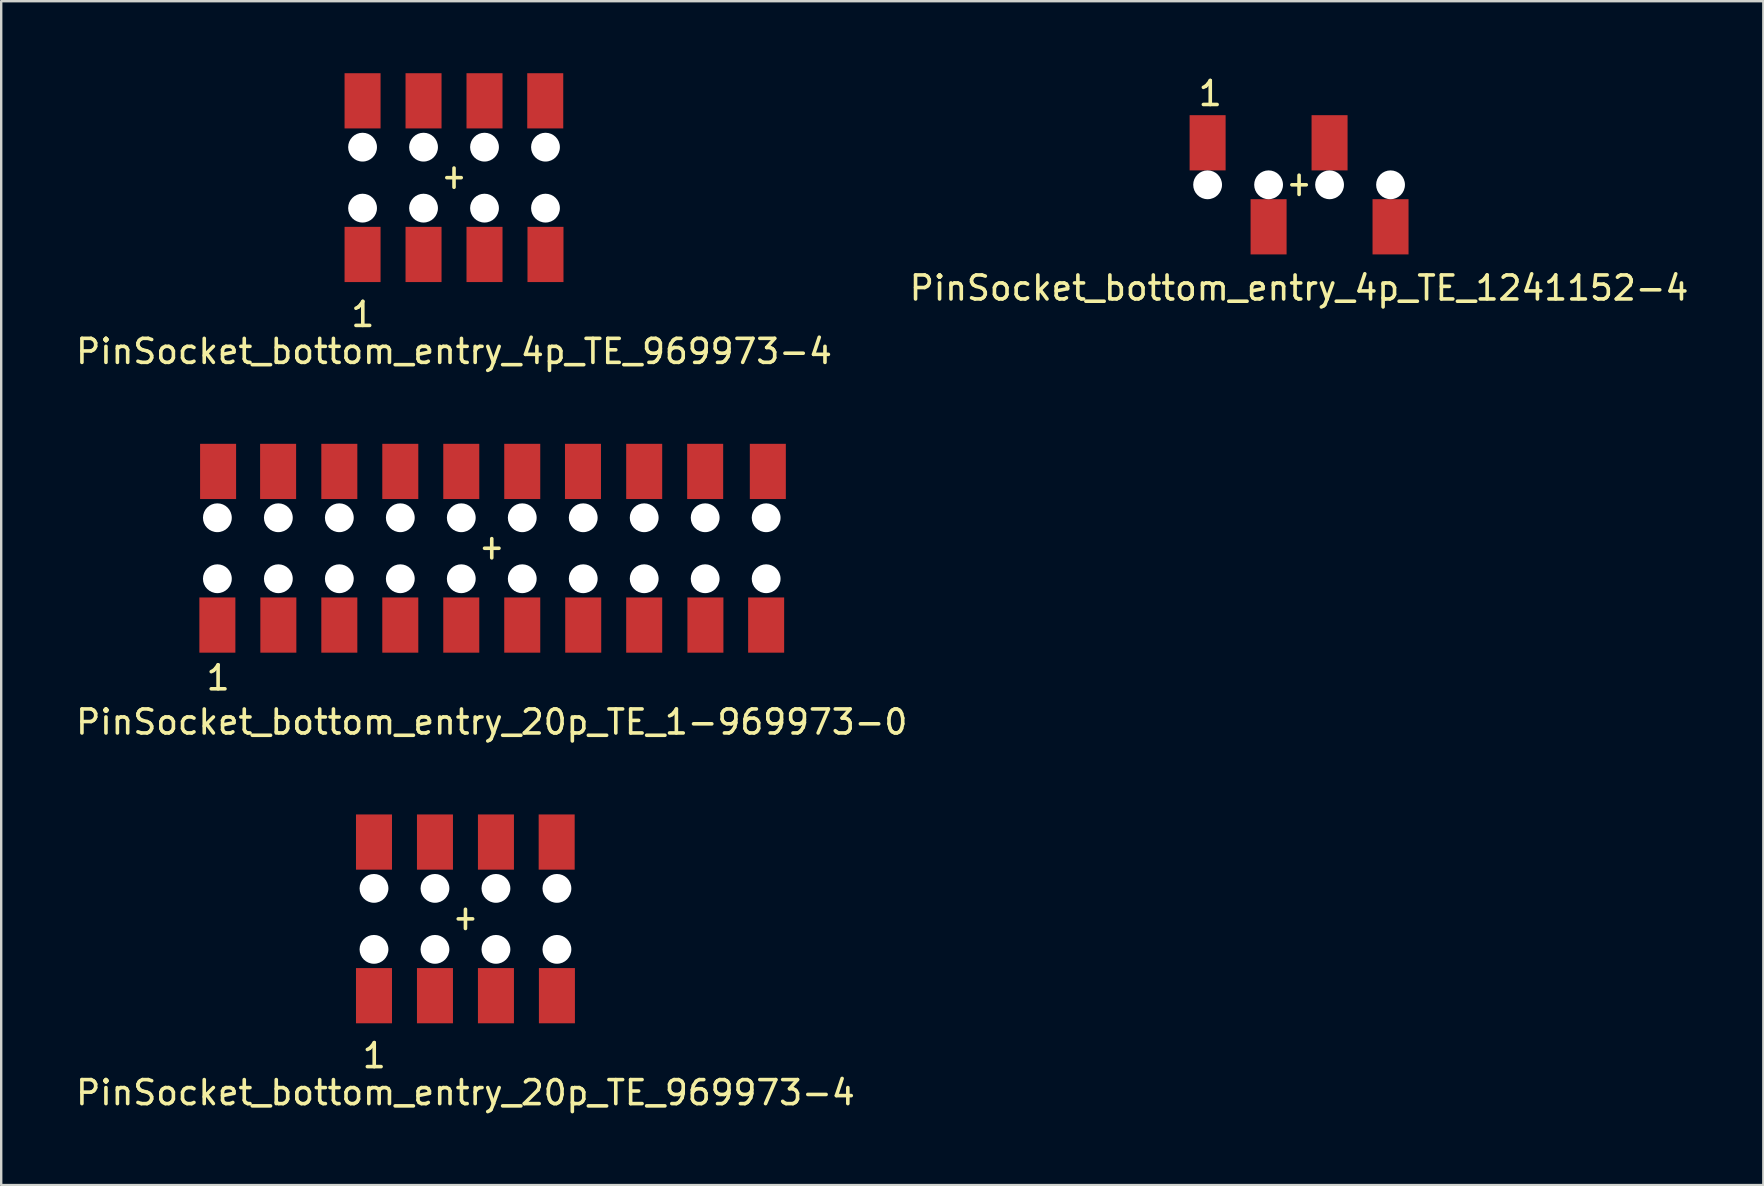
<source format=kicad_pcb>
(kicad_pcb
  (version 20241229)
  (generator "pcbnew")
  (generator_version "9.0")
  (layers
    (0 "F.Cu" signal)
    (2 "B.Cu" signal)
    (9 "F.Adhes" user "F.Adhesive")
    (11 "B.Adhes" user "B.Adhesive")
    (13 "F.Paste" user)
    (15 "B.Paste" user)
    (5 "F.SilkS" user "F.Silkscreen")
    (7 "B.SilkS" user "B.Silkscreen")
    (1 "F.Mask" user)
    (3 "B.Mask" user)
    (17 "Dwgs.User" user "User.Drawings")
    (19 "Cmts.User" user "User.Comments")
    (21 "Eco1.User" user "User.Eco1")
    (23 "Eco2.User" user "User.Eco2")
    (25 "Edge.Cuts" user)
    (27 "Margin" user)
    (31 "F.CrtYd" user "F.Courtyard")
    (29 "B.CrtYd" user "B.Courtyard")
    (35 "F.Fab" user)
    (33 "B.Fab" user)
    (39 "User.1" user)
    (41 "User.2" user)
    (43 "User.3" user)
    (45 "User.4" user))
  (footprint "PinSocket_bottom_entry_20p_TE_969973-4"
    (layer "F.Cu")
    (at 16.339 35.227)
    (property "Reference" "PinSocket_bottom_entry_20p_TE_969973-4" (at 0 7.24 0) (layer "F.SilkS") (effects (font (size 1 1) (thickness 0.15))))
    (attr through_hole)
    (fp_line (start -0.3 0) (end 0.3 0) (stroke (width 0.15) (type solid)) (layer "F.SilkS"))
    (fp_line (start 0 0) (end 0 -0.4) (stroke (width 0.15) (type solid)) (layer "F.SilkS"))
    (fp_line (start 0 0) (end 0 0.4) (stroke (width 0.15) (type solid)) (layer "F.SilkS"))
    (fp_text user "1" (at -3.8 5.7 0) (layer "F.SilkS") (effects (font (size 1 1) (thickness 0.15))))
    (pad "" np_thru_hole circle (at -3.81 -1.27) (size 1.2 1.2) (drill 1.2) (layers "*.Cu" "*.Mask"))
    (pad "" np_thru_hole circle (at -3.81 1.27) (size 1.2 1.2) (drill 1.2) (layers "*.Cu" "*.Mask"))
    (pad "" np_thru_hole circle (at -1.27 -1.27) (size 1.2 1.2) (drill 1.2) (layers "*.Cu" "*.Mask"))
    (pad "" np_thru_hole circle (at -1.27 1.27) (size 1.2 1.2) (drill 1.2) (layers "*.Cu" "*.Mask"))
    (pad "" np_thru_hole circle (at 1.27 -1.27) (size 1.2 1.2) (drill 1.2) (layers "*.Cu" "*.Mask"))
    (pad "" np_thru_hole circle (at 1.27 1.27) (size 1.2 1.2) (drill 1.2) (layers "*.Cu" "*.Mask"))
    (pad "" np_thru_hole circle (at 3.81 -1.27) (size 1.2 1.2) (drill 1.2) (layers "*.Cu" "*.Mask"))
    (pad "" np_thru_hole circle (at 3.81 1.27) (size 1.2 1.2) (drill 1.2) (layers "*.Cu" "*.Mask"))
    (pad "1" smd rect (at -3.81 3.2) (size 1.5 2.3) (layers "F.Cu" "F.Mask" "F.Paste"))
    (pad "2" smd rect (at -3.81 -3.2) (size 1.5 2.3) (layers "F.Cu" "F.Mask" "F.Paste"))
    (pad "3" smd rect (at -1.27 3.2) (size 1.5 2.3) (layers "F.Cu" "F.Mask" "F.Paste"))
    (pad "4" smd rect (at -1.27 -3.2) (size 1.5 2.3) (layers "F.Cu" "F.Mask" "F.Paste"))
    (pad "5" smd rect (at 1.27 3.2) (size 1.5 2.3) (layers "F.Cu" "F.Mask" "F.Paste"))
    (pad "6" smd rect (at 1.27 -3.2) (size 1.5 2.3) (layers "F.Cu" "F.Mask" "F.Paste"))
    (pad "7" smd rect (at 3.81 3.2) (size 1.5 2.3) (layers "F.Cu" "F.Mask" "F.Paste"))
    (pad "8" smd rect (at 3.8 -3.2) (size 1.5 2.3) (layers "F.Cu" "F.Mask" "F.Paste")))
  (footprint "PinSocket_bottom_entry_4p_TE_1241152-4"
    (layer "F.Cu")
    (at 51.065 4.648)
    (property "Reference" "PinSocket_bottom_entry_4p_TE_1241152-4" (at 0 4.3 0) (layer "F.SilkS") (effects (font (size 1 1) (thickness 0.15))))
    (attr through_hole)
    (fp_line (start -0.3 0) (end 0.3 0) (stroke (width 0.15) (type solid)) (layer "F.SilkS"))
    (fp_line (start 0 0) (end 0 -0.4) (stroke (width 0.15) (type solid)) (layer "F.SilkS"))
    (fp_line (start 0 0) (end 0 0.4) (stroke (width 0.15) (type solid)) (layer "F.SilkS"))
    (fp_text user "1" (at -3.7 -3.8 0) (layer "F.SilkS") (effects (font (size 1 1) (thickness 0.15))))
    (pad "" np_thru_hole circle (at -3.81 0) (size 1.2 1.2) (drill 1.2) (layers "*.Cu" "*.Mask"))
    (pad "" np_thru_hole circle (at -1.27 0) (size 1.2 1.2) (drill 1.2) (layers "*.Cu" "*.Mask"))
    (pad "" np_thru_hole circle (at 1.27 0) (size 1.2 1.2) (drill 1.2) (layers "*.Cu" "*.Mask"))
    (pad "" np_thru_hole circle (at 3.81 0) (size 1.2 1.2) (drill 1.2) (layers "*.Cu" "*.Mask"))
    (pad "1" smd rect (at -3.81 -1.75) (size 1.5 2.3) (layers "F.Cu" "F.Mask" "F.Paste"))
    (pad "2" smd rect (at -1.27 1.75) (size 1.5 2.3) (layers "F.Cu" "F.Mask" "F.Paste"))
    (pad "3" smd rect (at 1.27 -1.75) (size 1.5 2.3) (layers "F.Cu" "F.Mask" "F.Paste"))
    (pad "4" smd rect (at 3.81 1.75) (size 1.5 2.3) (layers "F.Cu" "F.Mask" "F.Paste")))
  (footprint "PinSocket_bottom_entry_4p_TE_969973-4"
    (layer "F.Cu")
    (at 15.863 4.35)
    (property "Reference" "PinSocket_bottom_entry_4p_TE_969973-4" (at 0 7.24 0) (layer "F.SilkS") (effects (font (size 1 1) (thickness 0.15))))
    (attr through_hole)
    (fp_line (start -0.3 0) (end 0.3 0) (stroke (width 0.15) (type solid)) (layer "F.SilkS"))
    (fp_line (start 0 0) (end 0 -0.4) (stroke (width 0.15) (type solid)) (layer "F.SilkS"))
    (fp_line (start 0 0) (end 0 0.4) (stroke (width 0.15) (type solid)) (layer "F.SilkS"))
    (fp_text user "1" (at -3.8 5.7 0) (layer "F.SilkS") (effects (font (size 1 1) (thickness 0.15))))
    (pad "" np_thru_hole circle (at -3.81 -1.27) (size 1.2 1.2) (drill 1.2) (layers "*.Cu" "*.Mask"))
    (pad "" np_thru_hole circle (at -3.81 1.27) (size 1.2 1.2) (drill 1.2) (layers "*.Cu" "*.Mask"))
    (pad "" np_thru_hole circle (at -1.27 -1.27) (size 1.2 1.2) (drill 1.2) (layers "*.Cu" "*.Mask"))
    (pad "" np_thru_hole circle (at -1.27 1.27) (size 1.2 1.2) (drill 1.2) (layers "*.Cu" "*.Mask"))
    (pad "" np_thru_hole circle (at 1.27 -1.27) (size 1.2 1.2) (drill 1.2) (layers "*.Cu" "*.Mask"))
    (pad "" np_thru_hole circle (at 1.27 1.27) (size 1.2 1.2) (drill 1.2) (layers "*.Cu" "*.Mask"))
    (pad "" np_thru_hole circle (at 3.81 -1.27) (size 1.2 1.2) (drill 1.2) (layers "*.Cu" "*.Mask"))
    (pad "" np_thru_hole circle (at 3.81 1.27) (size 1.2 1.2) (drill 1.2) (layers "*.Cu" "*.Mask"))
    (pad "1" smd rect (at -3.81 3.2) (size 1.5 2.3) (layers "F.Cu" "F.Mask" "F.Paste"))
    (pad "2" smd rect (at -3.81 -3.2) (size 1.5 2.3) (layers "F.Cu" "F.Mask" "F.Paste"))
    (pad "3" smd rect (at -1.27 3.2) (size 1.5 2.3) (layers "F.Cu" "F.Mask" "F.Paste"))
    (pad "4" smd rect (at -1.27 -3.2) (size 1.5 2.3) (layers "F.Cu" "F.Mask" "F.Paste"))
    (pad "5" smd rect (at 1.27 3.2) (size 1.5 2.3) (layers "F.Cu" "F.Mask" "F.Paste"))
    (pad "6" smd rect (at 1.27 -3.2) (size 1.5 2.3) (layers "F.Cu" "F.Mask" "F.Paste"))
    (pad "7" smd rect (at 3.81 3.2) (size 1.5 2.3) (layers "F.Cu" "F.Mask" "F.Paste"))
    (pad "8" smd rect (at 3.8 -3.2) (size 1.5 2.3) (layers "F.Cu" "F.Mask" "F.Paste")))
  (footprint "PinSocket_bottom_entry_20p_TE_1-969973-0"
    (layer "F.Cu")
    (at 17.435 19.788)
    (property "Reference" "PinSocket_bottom_entry_20p_TE_1-969973-0" (at 0 7.24 0) (layer "F.SilkS") (effects (font (size 1 1) (thickness 0.15))))
    (attr through_hole)
    (fp_line (start -0.3 0) (end 0.3 0) (stroke (width 0.15) (type solid)) (layer "F.SilkS"))
    (fp_line (start 0 0) (end 0 -0.4) (stroke (width 0.15) (type solid)) (layer "F.SilkS"))
    (fp_line (start 0 0) (end 0 0.4) (stroke (width 0.15) (type solid)) (layer "F.SilkS"))
    (fp_text user "1" (at -11.4 5.4 0) (layer "F.SilkS") (effects (font (size 1 1) (thickness 0.15))))
    (pad "" np_thru_hole circle (at -11.43 -1.27) (size 1.2 1.2) (drill 1.2) (layers "*.Cu" "*.Mask"))
    (pad "" np_thru_hole circle (at -11.43 1.27) (size 1.2 1.2) (drill 1.2) (layers "*.Cu" "*.Mask"))
    (pad "" np_thru_hole circle (at -8.89 -1.27) (size 1.2 1.2) (drill 1.2) (layers "*.Cu" "*.Mask"))
    (pad "" np_thru_hole circle (at -8.89 1.27) (size 1.2 1.2) (drill 1.2) (layers "*.Cu" "*.Mask"))
    (pad "" np_thru_hole circle (at -6.35 -1.27) (size 1.2 1.2) (drill 1.2) (layers "*.Cu" "*.Mask"))
    (pad "" np_thru_hole circle (at -6.35 1.27) (size 1.2 1.2) (drill 1.2) (layers "*.Cu" "*.Mask"))
    (pad "" np_thru_hole circle (at -3.81 -1.27) (size 1.2 1.2) (drill 1.2) (layers "*.Cu" "*.Mask"))
    (pad "" np_thru_hole circle (at -3.81 1.27) (size 1.2 1.2) (drill 1.2) (layers "*.Cu" "*.Mask"))
    (pad "" np_thru_hole circle (at -1.27 -1.27) (size 1.2 1.2) (drill 1.2) (layers "*.Cu" "*.Mask"))
    (pad "" np_thru_hole circle (at -1.27 1.27) (size 1.2 1.2) (drill 1.2) (layers "*.Cu" "*.Mask"))
    (pad "" np_thru_hole circle (at 1.27 -1.27) (size 1.2 1.2) (drill 1.2) (layers "*.Cu" "*.Mask"))
    (pad "" np_thru_hole circle (at 1.27 1.27) (size 1.2 1.2) (drill 1.2) (layers "*.Cu" "*.Mask"))
    (pad "" np_thru_hole circle (at 3.81 -1.27) (size 1.2 1.2) (drill 1.2) (layers "*.Cu" "*.Mask"))
    (pad "" np_thru_hole circle (at 3.81 1.27) (size 1.2 1.2) (drill 1.2) (layers "*.Cu" "*.Mask"))
    (pad "" np_thru_hole circle (at 6.35 -1.27) (size 1.2 1.2) (drill 1.2) (layers "*.Cu" "*.Mask"))
    (pad "" np_thru_hole circle (at 6.35 1.27) (size 1.2 1.2) (drill 1.2) (layers "*.Cu" "*.Mask"))
    (pad "" np_thru_hole circle (at 8.89 -1.27) (size 1.2 1.2) (drill 1.2) (layers "*.Cu" "*.Mask"))
    (pad "" np_thru_hole circle (at 8.89 1.27) (size 1.2 1.2) (drill 1.2) (layers "*.Cu" "*.Mask"))
    (pad "" np_thru_hole circle (at 11.43 -1.27) (size 1.2 1.2) (drill 1.2) (layers "*.Cu" "*.Mask"))
    (pad "" np_thru_hole circle (at 11.43 1.27) (size 1.2 1.2) (drill 1.2) (layers "*.Cu" "*.Mask"))
    (pad "1" smd rect (at -11.43 3.2) (size 1.5 2.3) (layers "F.Cu" "F.Mask" "F.Paste"))
    (pad "2" smd rect (at -11.4 -3.2) (size 1.5 2.3) (layers "F.Cu" "F.Mask" "F.Paste"))
    (pad "3" smd rect (at -8.89 3.2) (size 1.5 2.3) (layers "F.Cu" "F.Mask" "F.Paste"))
    (pad "4" smd rect (at -8.9 -3.2) (size 1.5 2.3) (layers "F.Cu" "F.Mask" "F.Paste"))
    (pad "5" smd rect (at -6.35 3.2) (size 1.5 2.3) (layers "F.Cu" "F.Mask" "F.Paste"))
    (pad "6" smd rect (at -6.35 -3.2) (size 1.5 2.3) (layers "F.Cu" "F.Mask" "F.Paste"))
    (pad "7" smd rect (at -3.81 3.2) (size 1.5 2.3) (layers "F.Cu" "F.Mask" "F.Paste"))
    (pad "8" smd rect (at -3.81 -3.2) (size 1.5 2.3) (layers "F.Cu" "F.Mask" "F.Paste"))
    (pad "9" smd rect (at -1.27 3.2) (size 1.5 2.3) (layers "F.Cu" "F.Mask" "F.Paste"))
    (pad "10" smd rect (at -1.27 -3.2) (size 1.5 2.3) (layers "F.Cu" "F.Mask" "F.Paste"))
    (pad "11" smd rect (at 1.27 3.2) (size 1.5 2.3) (layers "F.Cu" "F.Mask" "F.Paste"))
    (pad "12" smd rect (at 1.27 -3.2) (size 1.5 2.3) (layers "F.Cu" "F.Mask" "F.Paste"))
    (pad "13" smd rect (at 3.81 3.2) (size 1.5 2.3) (layers "F.Cu" "F.Mask" "F.Paste"))
    (pad "14" smd rect (at 3.8 -3.2) (size 1.5 2.3) (layers "F.Cu" "F.Mask" "F.Paste"))
    (pad "15" smd rect (at 6.35 3.2) (size 1.5 2.3) (layers "F.Cu" "F.Mask" "F.Paste"))
    (pad "16" smd rect (at 6.35 -3.2) (size 1.5 2.3) (layers "F.Cu" "F.Mask" "F.Paste"))
    (pad "17" smd rect (at 8.9 3.2) (size 1.5 2.3) (layers "F.Cu" "F.Mask" "F.Paste"))
    (pad "18" smd rect (at 8.89 -3.2) (size 1.5 2.3) (layers "F.Cu" "F.Mask" "F.Paste"))
    (pad "19" smd rect (at 11.43 3.2) (size 1.5 2.3) (layers "F.Cu" "F.Mask" "F.Paste"))
    (pad "20" smd rect (at 11.5 -3.2) (size 1.5 2.3) (layers "F.Cu" "F.Mask" "F.Paste")))
  (gr_rect
    (start -3 -3)
    (end 70.405 46.315)
    (stroke (width 0.1) (type default))
    (fill no)
    (layer "Edge.Cuts")))
</source>
